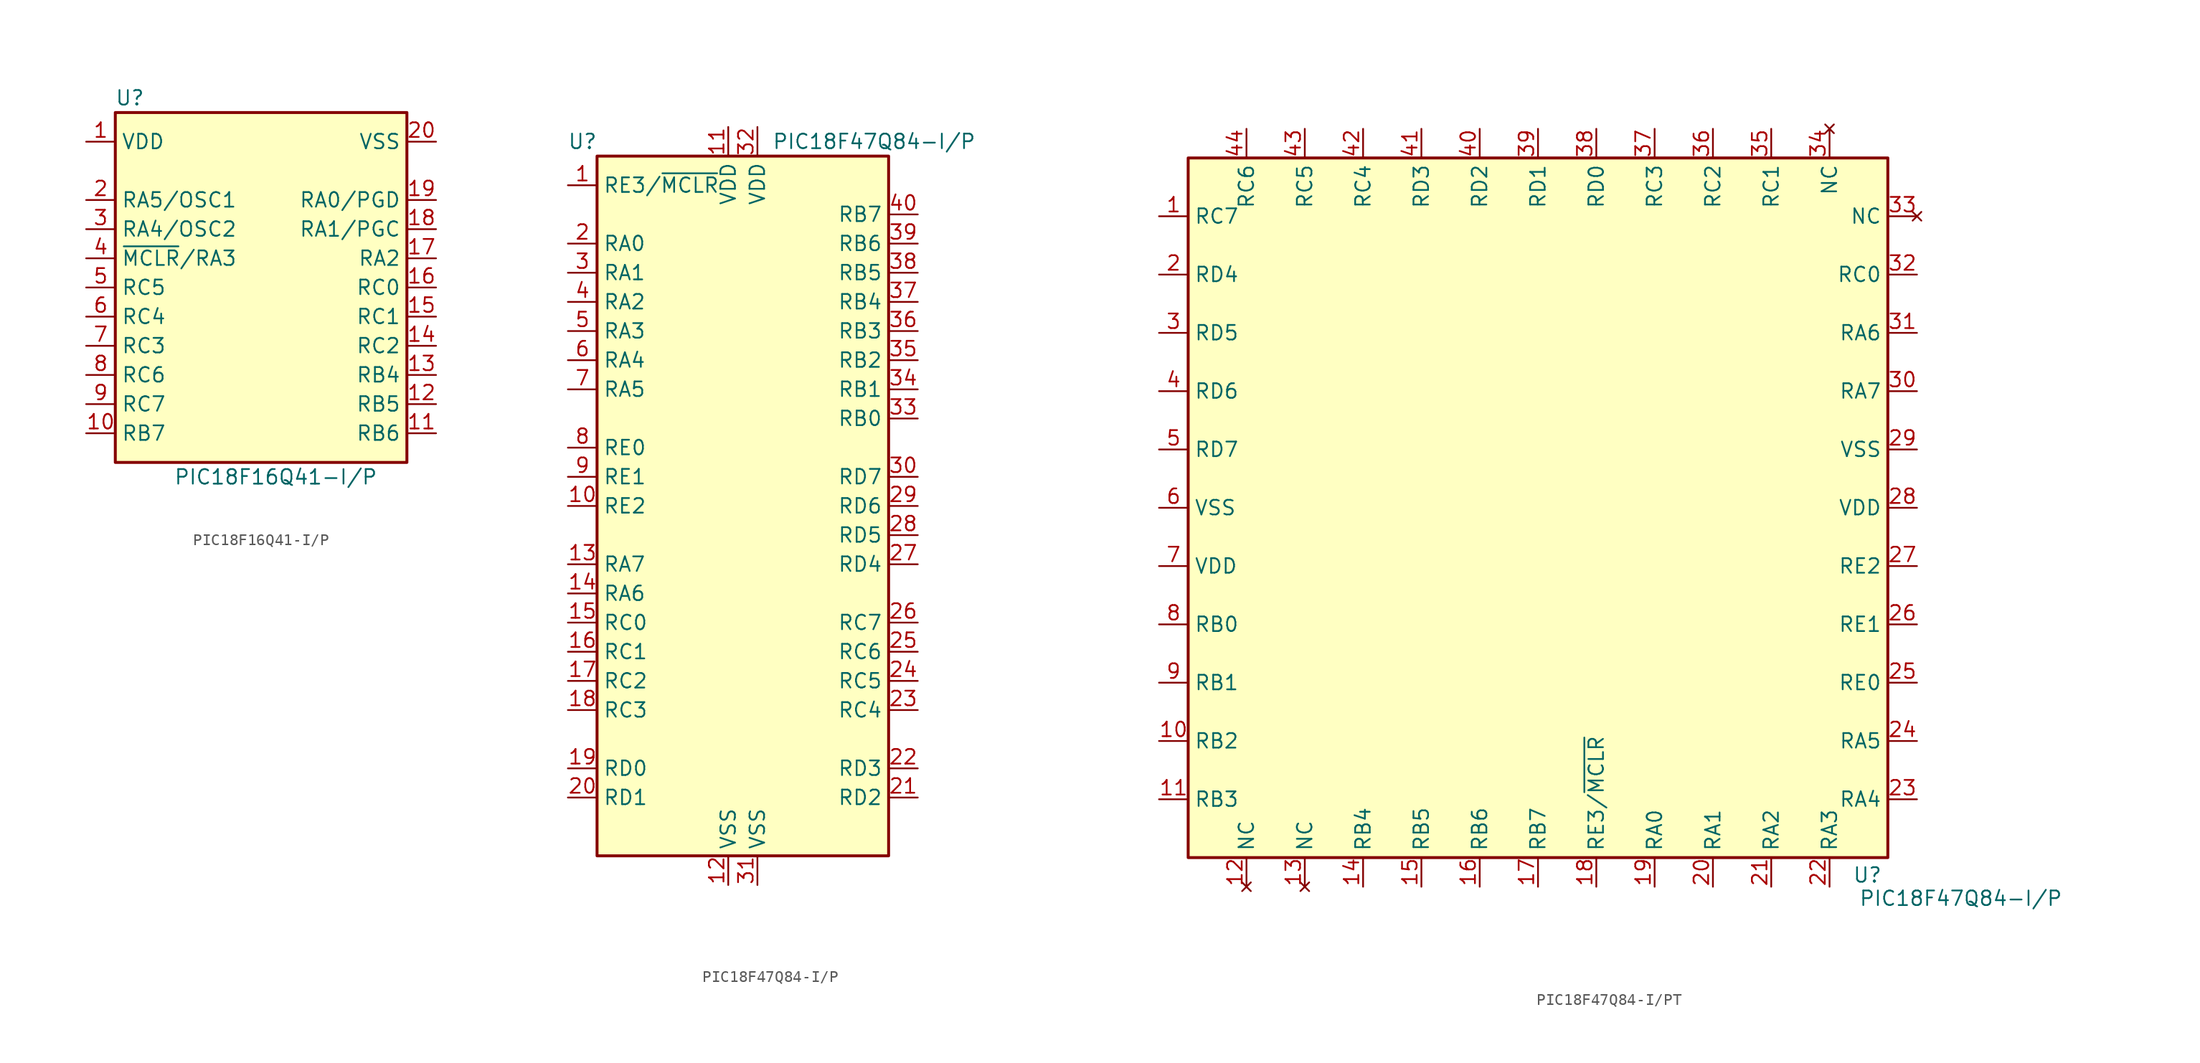
<source format=kicad_sym>
(kicad_symbol_lib
  (version 20231120)
  (generator "kicad_symbol_editor")
  (generator_version "8.0")
  (symbol "PIC18F16Q41-I/P"
    (property "Reference" "U"
      (at -11.43 16.51 0)
      (effects (font (size 1.27 1.27))))
    (property "Value" "PIC18F16Q41-I/P"
      (at -7.62 -16.51 0)
      (effects (font (size 1.27 1.27)) (justify left)))
    (symbol "PIC18F16Q41-I/P_0_1"
      (rectangle (start -12.7 15.24) (end 12.7 -15.24) (stroke (width 0.254) (type default)) (fill (type background))))
    (symbol "PIC18F16Q41-I/P_1_1"
      (pin power_in line (at -15.24 12.7 0) (length 2.54) (name "VDD" (effects (font (size 1.27 1.27)))) (number "1" (effects (font (size 1.27 1.27)))))
      (pin bidirectional line (at -15.24 -12.7 0) (length 2.54) (name "RB7" (effects (font (size 1.27 1.27)))) (number "10" (effects (font (size 1.27 1.27)))))
      (pin bidirectional line (at 15.24 -12.7 180) (length 2.54) (name "RB6" (effects (font (size 1.27 1.27)))) (number "11" (effects (font (size 1.27 1.27)))))
      (pin bidirectional line (at 15.24 -10.16 180) (length 2.54) (name "RB5" (effects (font (size 1.27 1.27)))) (number "12" (effects (font (size 1.27 1.27)))))
      (pin bidirectional line (at 15.24 -7.62 180) (length 2.54) (name "RB4" (effects (font (size 1.27 1.27)))) (number "13" (effects (font (size 1.27 1.27)))))
      (pin bidirectional line (at 15.24 -5.08 180) (length 2.54) (name "RC2" (effects (font (size 1.27 1.27)))) (number "14" (effects (font (size 1.27 1.27)))))
      (pin bidirectional line (at 15.24 -2.54 180) (length 2.54) (name "RC1" (effects (font (size 1.27 1.27)))) (number "15" (effects (font (size 1.27 1.27)))))
      (pin bidirectional line (at 15.24 0 180) (length 2.54) (name "RC0" (effects (font (size 1.27 1.27)))) (number "16" (effects (font (size 1.27 1.27)))))
      (pin bidirectional line (at 15.24 2.54 180) (length 2.54) (name "RA2" (effects (font (size 1.27 1.27)))) (number "17" (effects (font (size 1.27 1.27)))))
      (pin bidirectional line (at 15.24 5.08 180) (length 2.54) (name "RA1/PGC" (effects (font (size 1.27 1.27)))) (number "18" (effects (font (size 1.27 1.27)))))
      (pin bidirectional line (at 15.24 7.62 180) (length 2.54) (name "RA0/PGD" (effects (font (size 1.27 1.27)))) (number "19" (effects (font (size 1.27 1.27)))))
      (pin bidirectional line (at -15.24 7.62 0) (length 2.54) (name "RA5/OSC1" (effects (font (size 1.27 1.27)))) (number "2" (effects (font (size 1.27 1.27)))))
      (pin power_in line (at 15.24 12.7 180) (length 2.54) (name "VSS" (effects (font (size 1.27 1.27)))) (number "20" (effects (font (size 1.27 1.27)))))
      (pin bidirectional line (at -15.24 5.08 0) (length 2.54) (name "RA4/OSC2" (effects (font (size 1.27 1.27)))) (number "3" (effects (font (size 1.27 1.27)))))
      (pin bidirectional line (at -15.24 2.54 0) (length 2.54) (name "~{MCLR}/RA3" (effects (font (size 1.27 1.27)))) (number "4" (effects (font (size 1.27 1.27)))))
      (pin bidirectional line (at -15.24 0 0) (length 2.54) (name "RC5" (effects (font (size 1.27 1.27)))) (number "5" (effects (font (size 1.27 1.27)))))
      (pin bidirectional line (at -15.24 -2.54 0) (length 2.54) (name "RC4" (effects (font (size 1.27 1.27)))) (number "6" (effects (font (size 1.27 1.27)))))
      (pin bidirectional line (at -15.24 -5.08 0) (length 2.54) (name "RC3" (effects (font (size 1.27 1.27)))) (number "7" (effects (font (size 1.27 1.27)))))
      (pin bidirectional line (at -15.24 -7.62 0) (length 2.54) (name "RC6" (effects (font (size 1.27 1.27)))) (number "8" (effects (font (size 1.27 1.27)))))
      (pin bidirectional line (at -15.24 -10.16 0) (length 2.54) (name "RC7" (effects (font (size 1.27 1.27)))) (number "9" (effects (font (size 1.27 1.27)))))))
  (symbol "PIC18F47Q84-I/P"
    (property "Reference" "U"
      (at -13.97 31.75 0)
      (effects (font (size 1.27 1.27))))
    (property "Value" "PIC18F47Q84-I/P"
      (at 2.54 31.75 0)
      (effects (font (size 1.27 1.27)) (justify left)))
    (symbol "PIC18F47Q84-I/P_0_1"
      (rectangle (start -12.7 30.48) (end 12.7 -30.48) (stroke (width 0.254) (type default)) (fill (type background))))
    (symbol "PIC18F47Q84-I/P_1_1"
      (pin input line (at -15.24 27.94 0) (length 2.54) (name "RE3/~{MCLR}" (effects (font (size 1.27 1.27)))) (number "1" (effects (font (size 1.27 1.27)))))
      (pin bidirectional line (at -15.24 0 0) (length 2.54) (name "RE2" (effects (font (size 1.27 1.27)))) (number "10" (effects (font (size 1.27 1.27)))))
      (pin power_in line (at -1.27 33.02 270) (length 2.54) (name "VDD" (effects (font (size 1.27 1.27)))) (number "11" (effects (font (size 1.27 1.27)))))
      (pin power_in line (at -1.27 -33.02 90) (length 2.54) (name "VSS" (effects (font (size 1.27 1.27)))) (number "12" (effects (font (size 1.27 1.27)))))
      (pin bidirectional line (at -15.24 -5.08 0) (length 2.54) (name "RA7" (effects (font (size 1.27 1.27)))) (number "13" (effects (font (size 1.27 1.27)))))
      (pin bidirectional line (at -15.24 -7.62 0) (length 2.54) (name "RA6" (effects (font (size 1.27 1.27)))) (number "14" (effects (font (size 1.27 1.27)))))
      (pin bidirectional line (at -15.24 -10.16 0) (length 2.54) (name "RC0" (effects (font (size 1.27 1.27)))) (number "15" (effects (font (size 1.27 1.27)))))
      (pin bidirectional line (at -15.24 -12.7 0) (length 2.54) (name "RC1" (effects (font (size 1.27 1.27)))) (number "16" (effects (font (size 1.27 1.27)))))
      (pin bidirectional line (at -15.24 -15.24 0) (length 2.54) (name "RC2" (effects (font (size 1.27 1.27)))) (number "17" (effects (font (size 1.27 1.27)))))
      (pin bidirectional line (at -15.24 -17.78 0) (length 2.54) (name "RC3" (effects (font (size 1.27 1.27)))) (number "18" (effects (font (size 1.27 1.27)))))
      (pin bidirectional line (at -15.24 -22.86 0) (length 2.54) (name "RD0" (effects (font (size 1.27 1.27)))) (number "19" (effects (font (size 1.27 1.27)))))
      (pin bidirectional line (at -15.24 22.86 0) (length 2.54) (name "RA0" (effects (font (size 1.27 1.27)))) (number "2" (effects (font (size 1.27 1.27)))))
      (pin bidirectional line (at -15.24 -25.4 0) (length 2.54) (name "RD1" (effects (font (size 1.27 1.27)))) (number "20" (effects (font (size 1.27 1.27)))))
      (pin bidirectional line (at 15.24 -25.4 180) (length 2.54) (name "RD2" (effects (font (size 1.27 1.27)))) (number "21" (effects (font (size 1.27 1.27)))))
      (pin bidirectional line (at 15.24 -22.86 180) (length 2.54) (name "RD3" (effects (font (size 1.27 1.27)))) (number "22" (effects (font (size 1.27 1.27)))))
      (pin bidirectional line (at 15.24 -17.78 180) (length 2.54) (name "RC4" (effects (font (size 1.27 1.27)))) (number "23" (effects (font (size 1.27 1.27)))))
      (pin bidirectional line (at 15.24 -15.24 180) (length 2.54) (name "RC5" (effects (font (size 1.27 1.27)))) (number "24" (effects (font (size 1.27 1.27)))))
      (pin bidirectional line (at 15.24 -12.7 180) (length 2.54) (name "RC6" (effects (font (size 1.27 1.27)))) (number "25" (effects (font (size 1.27 1.27)))))
      (pin bidirectional line (at 15.24 -10.16 180) (length 2.54) (name "RC7" (effects (font (size 1.27 1.27)))) (number "26" (effects (font (size 1.27 1.27)))))
      (pin bidirectional line (at 15.24 -5.08 180) (length 2.54) (name "RD4" (effects (font (size 1.27 1.27)))) (number "27" (effects (font (size 1.27 1.27)))))
      (pin bidirectional line (at 15.24 -2.54 180) (length 2.54) (name "RD5" (effects (font (size 1.27 1.27)))) (number "28" (effects (font (size 1.27 1.27)))))
      (pin bidirectional line (at 15.24 0 180) (length 2.54) (name "RD6" (effects (font (size 1.27 1.27)))) (number "29" (effects (font (size 1.27 1.27)))))
      (pin bidirectional line (at -15.24 20.32 0) (length 2.54) (name "RA1" (effects (font (size 1.27 1.27)))) (number "3" (effects (font (size 1.27 1.27)))))
      (pin bidirectional line (at 15.24 2.54 180) (length 2.54) (name "RD7" (effects (font (size 1.27 1.27)))) (number "30" (effects (font (size 1.27 1.27)))))
      (pin power_in line (at 1.27 -33.02 90) (length 2.54) (name "VSS" (effects (font (size 1.27 1.27)))) (number "31" (effects (font (size 1.27 1.27)))))
      (pin power_in line (at 1.27 33.02 270) (length 2.54) (name "VDD" (effects (font (size 1.27 1.27)))) (number "32" (effects (font (size 1.27 1.27)))))
      (pin bidirectional line (at 15.24 7.62 180) (length 2.54) (name "RB0" (effects (font (size 1.27 1.27)))) (number "33" (effects (font (size 1.27 1.27)))))
      (pin bidirectional line (at 15.24 10.16 180) (length 2.54) (name "RB1" (effects (font (size 1.27 1.27)))) (number "34" (effects (font (size 1.27 1.27)))))
      (pin bidirectional line (at 15.24 12.7 180) (length 2.54) (name "RB2" (effects (font (size 1.27 1.27)))) (number "35" (effects (font (size 1.27 1.27)))))
      (pin bidirectional line (at 15.24 15.24 180) (length 2.54) (name "RB3" (effects (font (size 1.27 1.27)))) (number "36" (effects (font (size 1.27 1.27)))))
      (pin bidirectional line (at 15.24 17.78 180) (length 2.54) (name "RB4" (effects (font (size 1.27 1.27)))) (number "37" (effects (font (size 1.27 1.27)))))
      (pin bidirectional line (at 15.24 20.32 180) (length 2.54) (name "RB5" (effects (font (size 1.27 1.27)))) (number "38" (effects (font (size 1.27 1.27)))))
      (pin bidirectional line (at 15.24 22.86 180) (length 2.54) (name "RB6" (effects (font (size 1.27 1.27)))) (number "39" (effects (font (size 1.27 1.27)))))
      (pin bidirectional line (at -15.24 17.78 0) (length 2.54) (name "RA2" (effects (font (size 1.27 1.27)))) (number "4" (effects (font (size 1.27 1.27)))))
      (pin bidirectional line (at 15.24 25.4 180) (length 2.54) (name "RB7" (effects (font (size 1.27 1.27)))) (number "40" (effects (font (size 1.27 1.27)))))
      (pin bidirectional line (at -15.24 15.24 0) (length 2.54) (name "RA3" (effects (font (size 1.27 1.27)))) (number "5" (effects (font (size 1.27 1.27)))))
      (pin bidirectional line (at -15.24 12.7 0) (length 2.54) (name "RA4" (effects (font (size 1.27 1.27)))) (number "6" (effects (font (size 1.27 1.27)))))
      (pin bidirectional line (at -15.24 10.16 0) (length 2.54) (name "RA5" (effects (font (size 1.27 1.27)))) (number "7" (effects (font (size 1.27 1.27)))))
      (pin bidirectional line (at -15.24 5.08 0) (length 2.54) (name "RE0" (effects (font (size 1.27 1.27)))) (number "8" (effects (font (size 1.27 1.27)))))
      (pin bidirectional line (at -15.24 2.54 0) (length 2.54) (name "RE1" (effects (font (size 1.27 1.27)))) (number "9" (effects (font (size 1.27 1.27)))))))
  (symbol "PIC18F47Q84-I/PT"
    (property "Reference" "U"
      (at 28.702 -32.004 0)
      (effects (font (size 1.27 1.27))))
    (property "Value" "PIC18F47Q84-I/P"
      (at 27.94 -34.036 0)
      (effects (font (size 1.27 1.27)) (justify left)))
    (symbol "PIC18F47Q84-I/PT_0_1"
      (rectangle (start -30.48 30.48) (end 30.48 -30.48) (stroke (width 0.254) (type default)) (fill (type background))))
    (symbol "PIC18F47Q84-I/PT_1_1"
      (pin bidirectional line (at -33.02 25.4 0) (length 2.54) (name "RC7" (effects (font (size 1.27 1.27)))) (number "1" (effects (font (size 1.27 1.27)))))
      (pin bidirectional line (at -33.02 -20.32 0) (length 2.54) (name "RB2" (effects (font (size 1.27 1.27)))) (number "10" (effects (font (size 1.27 1.27)))))
      (pin bidirectional line (at -33.02 -25.4 0) (length 2.54) (name "RB3" (effects (font (size 1.27 1.27)))) (number "11" (effects (font (size 1.27 1.27)))))
      (pin no_connect line (at -25.4 -33.02 90) (length 2.54) (name "NC" (effects (font (size 1.27 1.27)))) (number "12" (effects (font (size 1.27 1.27)))))
      (pin no_connect line (at -20.32 -33.02 90) (length 2.54) (name "NC" (effects (font (size 1.27 1.27)))) (number "13" (effects (font (size 1.27 1.27)))))
      (pin bidirectional line (at -15.24 -33.02 90) (length 2.54) (name "RB4" (effects (font (size 1.27 1.27)))) (number "14" (effects (font (size 1.27 1.27)))))
      (pin bidirectional line (at -10.16 -33.02 90) (length 2.54) (name "RB5" (effects (font (size 1.27 1.27)))) (number "15" (effects (font (size 1.27 1.27)))))
      (pin bidirectional line (at -5.08 -33.02 90) (length 2.54) (name "RB6" (effects (font (size 1.27 1.27)))) (number "16" (effects (font (size 1.27 1.27)))))
      (pin bidirectional line (at 0 -33.02 90) (length 2.54) (name "RB7" (effects (font (size 1.27 1.27)))) (number "17" (effects (font (size 1.27 1.27)))))
      (pin input line (at 5.08 -33.02 90) (length 2.54) (name "RE3/~{MCLR}" (effects (font (size 1.27 1.27)))) (number "18" (effects (font (size 1.27 1.27)))))
      (pin bidirectional line (at 10.16 -33.02 90) (length 2.54) (name "RA0" (effects (font (size 1.27 1.27)))) (number "19" (effects (font (size 1.27 1.27)))))
      (pin bidirectional line (at -33.02 20.32 0) (length 2.54) (name "RD4" (effects (font (size 1.27 1.27)))) (number "2" (effects (font (size 1.27 1.27)))))
      (pin bidirectional line (at 15.24 -33.02 90) (length 2.54) (name "RA1" (effects (font (size 1.27 1.27)))) (number "20" (effects (font (size 1.27 1.27)))))
      (pin bidirectional line (at 20.32 -33.02 90) (length 2.54) (name "RA2" (effects (font (size 1.27 1.27)))) (number "21" (effects (font (size 1.27 1.27)))))
      (pin bidirectional line (at 25.4 -33.02 90) (length 2.54) (name "RA3" (effects (font (size 1.27 1.27)))) (number "22" (effects (font (size 1.27 1.27)))))
      (pin bidirectional line (at 33.02 -25.4 180) (length 2.54) (name "RA4" (effects (font (size 1.27 1.27)))) (number "23" (effects (font (size 1.27 1.27)))))
      (pin bidirectional line (at 33.02 -20.32 180) (length 2.54) (name "RA5" (effects (font (size 1.27 1.27)))) (number "24" (effects (font (size 1.27 1.27)))))
      (pin bidirectional line (at 33.02 -15.24 180) (length 2.54) (name "RE0" (effects (font (size 1.27 1.27)))) (number "25" (effects (font (size 1.27 1.27)))))
      (pin bidirectional line (at 33.02 -10.16 180) (length 2.54) (name "RE1" (effects (font (size 1.27 1.27)))) (number "26" (effects (font (size 1.27 1.27)))))
      (pin bidirectional line (at 33.02 -5.08 180) (length 2.54) (name "RE2" (effects (font (size 1.27 1.27)))) (number "27" (effects (font (size 1.27 1.27)))))
      (pin power_in line (at 33.02 0 180) (length 2.54) (name "VDD" (effects (font (size 1.27 1.27)))) (number "28" (effects (font (size 1.27 1.27)))))
      (pin power_in line (at 33.02 5.08 180) (length 2.54) (name "VSS" (effects (font (size 1.27 1.27)))) (number "29" (effects (font (size 1.27 1.27)))))
      (pin bidirectional line (at -33.02 15.24 0) (length 2.54) (name "RD5" (effects (font (size 1.27 1.27)))) (number "3" (effects (font (size 1.27 1.27)))))
      (pin bidirectional line (at 33.02 10.16 180) (length 2.54) (name "RA7" (effects (font (size 1.27 1.27)))) (number "30" (effects (font (size 1.27 1.27)))))
      (pin bidirectional line (at 33.02 15.24 180) (length 2.54) (name "RA6" (effects (font (size 1.27 1.27)))) (number "31" (effects (font (size 1.27 1.27)))))
      (pin bidirectional line (at 33.02 20.32 180) (length 2.54) (name "RC0" (effects (font (size 1.27 1.27)))) (number "32" (effects (font (size 1.27 1.27)))))
      (pin no_connect line (at 33.02 25.4 180) (length 2.54) (name "NC" (effects (font (size 1.27 1.27)))) (number "33" (effects (font (size 1.27 1.27)))))
      (pin no_connect line (at 25.4 33.02 270) (length 2.54) (name "NC" (effects (font (size 1.27 1.27)))) (number "34" (effects (font (size 1.27 1.27)))))
      (pin bidirectional line (at 20.32 33.02 270) (length 2.54) (name "RC1" (effects (font (size 1.27 1.27)))) (number "35" (effects (font (size 1.27 1.27)))))
      (pin bidirectional line (at 15.24 33.02 270) (length 2.54) (name "RC2" (effects (font (size 1.27 1.27)))) (number "36" (effects (font (size 1.27 1.27)))))
      (pin bidirectional line (at 10.16 33.02 270) (length 2.54) (name "RC3" (effects (font (size 1.27 1.27)))) (number "37" (effects (font (size 1.27 1.27)))))
      (pin bidirectional line (at 5.08 33.02 270) (length 2.54) (name "RD0" (effects (font (size 1.27 1.27)))) (number "38" (effects (font (size 1.27 1.27)))))
      (pin bidirectional line (at 0 33.02 270) (length 2.54) (name "RD1" (effects (font (size 1.27 1.27)))) (number "39" (effects (font (size 1.27 1.27)))))
      (pin bidirectional line (at -33.02 10.16 0) (length 2.54) (name "RD6" (effects (font (size 1.27 1.27)))) (number "4" (effects (font (size 1.27 1.27)))))
      (pin bidirectional line (at -5.08 33.02 270) (length 2.54) (name "RD2" (effects (font (size 1.27 1.27)))) (number "40" (effects (font (size 1.27 1.27)))))
      (pin bidirectional line (at -10.16 33.02 270) (length 2.54) (name "RD3" (effects (font (size 1.27 1.27)))) (number "41" (effects (font (size 1.27 1.27)))))
      (pin bidirectional line (at -15.24 33.02 270) (length 2.54) (name "RC4" (effects (font (size 1.27 1.27)))) (number "42" (effects (font (size 1.27 1.27)))))
      (pin bidirectional line (at -20.32 33.02 270) (length 2.54) (name "RC5" (effects (font (size 1.27 1.27)))) (number "43" (effects (font (size 1.27 1.27)))))
      (pin bidirectional line (at -25.4 33.02 270) (length 2.54) (name "RC6" (effects (font (size 1.27 1.27)))) (number "44" (effects (font (size 1.27 1.27)))))
      (pin bidirectional line (at -33.02 5.08 0) (length 2.54) (name "RD7" (effects (font (size 1.27 1.27)))) (number "5" (effects (font (size 1.27 1.27)))))
      (pin power_in line (at -33.02 0 0) (length 2.54) (name "VSS" (effects (font (size 1.27 1.27)))) (number "6" (effects (font (size 1.27 1.27)))))
      (pin power_in line (at -33.02 -5.08 0) (length 2.54) (name "VDD" (effects (font (size 1.27 1.27)))) (number "7" (effects (font (size 1.27 1.27)))))
      (pin bidirectional line (at -33.02 -10.16 0) (length 2.54) (name "RB0" (effects (font (size 1.27 1.27)))) (number "8" (effects (font (size 1.27 1.27)))))
      (pin bidirectional line (at -33.02 -15.24 0) (length 2.54) (name "RB1" (effects (font (size 1.27 1.27)))) (number "9" (effects (font (size 1.27 1.27))))))))
</source>
